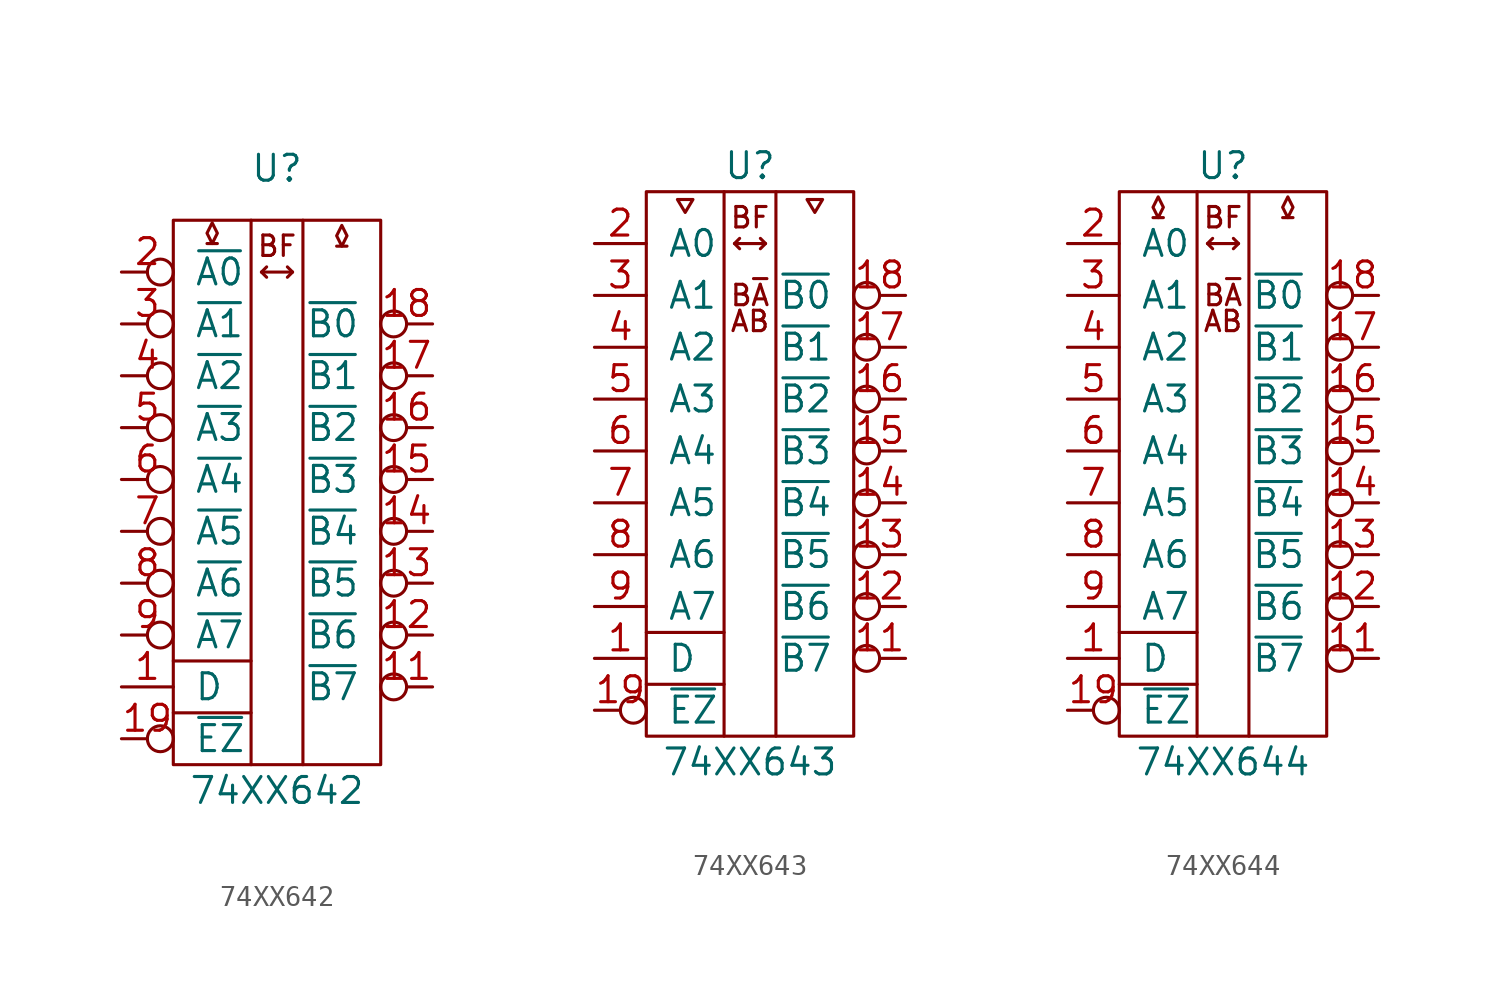
<source format=kicad_sym>
(kicad_symbol_lib
  (version 20211014)
  (generator kicad_symbol_editor)
  (symbol "74XX642"
    (pin_names
      (offset 1.016))
    (property "Reference" "U"
      (at 0 16.51 0)
      (effects (font (size 1.27 1.27))))
    (property "Value" "74XX642"
      (at 0 -13.97 0)
      (effects (font (size 1.27 1.27))))
    (symbol "74XX642_0_1"
      (polyline (pts (xy -5.08 -7.62) (xy -1.27 -7.62)) (stroke (width 0) (type default) (color 0 0 0 0)) (fill (type none)))
      (polyline (pts (xy -3.429 12.827) (xy -2.921 12.827)) (stroke (width 0) (type default) (color 0 0 0 0)) (fill (type none)))
      (polyline (pts (xy -1.27 13.97) (xy -1.27 -12.7)) (stroke (width 0) (type default) (color 0 0 0 0)) (fill (type none)))
      (polyline (pts (xy -0.762 11.43) (xy 0.762 11.43)) (stroke (width 0) (type default) (color 0 0 0 0)) (fill (type none)))
      (polyline (pts (xy 1.27 -12.7) (xy 1.27 13.97)) (stroke (width 0) (type default) (color 0 0 0 0)) (fill (type none)))
      (polyline (pts (xy 2.921 12.7) (xy 3.429 12.7)) (stroke (width 0) (type default) (color 0 0 0 0)) (fill (type none)))
      (polyline (pts (xy -0.508 11.684) (xy -0.762 11.43) (xy -0.508 11.176)) (stroke (width 0) (type default) (color 0 0 0 0)) (fill (type none)))
      (polyline (pts (xy 0.508 11.684) (xy 0.762 11.43) (xy 0.508 11.176)) (stroke (width 0) (type default) (color 0 0 0 0)) (fill (type none)))
      (polyline (pts (xy -3.175 13.843) (xy -3.429 13.335) (xy -3.175 12.827) (xy -2.921 13.335) (xy -3.175 13.843)) (stroke (width 0) (type default) (color 0 0 0 0)) (fill (type none)))
      (polyline (pts (xy 3.175 13.716) (xy 2.921 13.208) (xy 3.175 12.7) (xy 3.429 13.208) (xy 3.175 13.716)) (stroke (width 0) (type default) (color 0 0 0 0)) (fill (type none)))
      (pin power_in line (at 5.08 -12.7 180) (length 0) hide (name "GND" (effects (font (size 1.27 1.27)))) (number "10" (effects (font (size 1.27 1.27)))))
      (pin power_in line (at 5.08 13.97 180) (length 0) hide (name "VCC" (effects (font (size 1.27 1.27)))) (number "20" (effects (font (size 1.27 1.27))))))
    (symbol "74XX642_1_1"
      (rectangle (start -5.08 13.97) (end 5.08 -12.7) (stroke (width 0) (type default) (color 0 0 0 0)) (fill (type none)))
      (polyline (pts (xy -5.08 -10.16) (xy -1.27 -10.16)) (stroke (width 0) (type default) (color 0 0 0 0)) (fill (type none)))
      (text "BF" (at 0 12.7 0) (effects (font (size 1 1))))
      (pin input line (at -7.62 -8.89 0) (length 2.54) (name "D" (effects (font (size 1.27 1.27)))) (number "1" (effects (font (size 1.27 1.27)))))
      (pin open_collector inverted (at 7.62 -8.89 180) (length 2.54) (name "~{B7}" (effects (font (size 1.27 1.27)))) (number "11" (effects (font (size 1.27 1.27)))))
      (pin open_collector inverted (at 7.62 -6.35 180) (length 2.54) (name "~{B6}" (effects (font (size 1.27 1.27)))) (number "12" (effects (font (size 1.27 1.27)))))
      (pin open_collector inverted (at 7.62 -3.81 180) (length 2.54) (name "~{B5}" (effects (font (size 1.27 1.27)))) (number "13" (effects (font (size 1.27 1.27)))))
      (pin open_collector inverted (at 7.62 -1.27 180) (length 2.54) (name "~{B4}" (effects (font (size 1.27 1.27)))) (number "14" (effects (font (size 1.27 1.27)))))
      (pin open_collector inverted (at 7.62 1.27 180) (length 2.54) (name "~{B3}" (effects (font (size 1.27 1.27)))) (number "15" (effects (font (size 1.27 1.27)))))
      (pin open_collector inverted (at 7.62 3.81 180) (length 2.54) (name "~{B2}" (effects (font (size 1.27 1.27)))) (number "16" (effects (font (size 1.27 1.27)))))
      (pin open_collector inverted (at 7.62 6.35 180) (length 2.54) (name "~{B1}" (effects (font (size 1.27 1.27)))) (number "17" (effects (font (size 1.27 1.27)))))
      (pin open_collector inverted (at 7.62 8.89 180) (length 2.54) (name "~{B0}" (effects (font (size 1.27 1.27)))) (number "18" (effects (font (size 1.27 1.27)))))
      (pin input inverted (at -7.62 -11.43 0) (length 2.54) (name "~{EZ}" (effects (font (size 1.27 1.27)))) (number "19" (effects (font (size 1.27 1.27)))))
      (pin open_collector inverted (at -7.62 11.43 0) (length 2.54) (name "~{A0}" (effects (font (size 1.27 1.27)))) (number "2" (effects (font (size 1.27 1.27)))))
      (pin open_collector inverted (at -7.62 8.89 0) (length 2.54) (name "~{A1}" (effects (font (size 1.27 1.27)))) (number "3" (effects (font (size 1.27 1.27)))))
      (pin open_collector inverted (at -7.62 6.35 0) (length 2.54) (name "~{A2}" (effects (font (size 1.27 1.27)))) (number "4" (effects (font (size 1.27 1.27)))))
      (pin open_collector inverted (at -7.62 3.81 0) (length 2.54) (name "~{A3}" (effects (font (size 1.27 1.27)))) (number "5" (effects (font (size 1.27 1.27)))))
      (pin open_collector inverted (at -7.62 1.27 0) (length 2.54) (name "~{A4}" (effects (font (size 1.27 1.27)))) (number "6" (effects (font (size 1.27 1.27)))))
      (pin open_collector inverted (at -7.62 -1.27 0) (length 2.54) (name "~{A5}" (effects (font (size 1.27 1.27)))) (number "7" (effects (font (size 1.27 1.27)))))
      (pin open_collector inverted (at -7.62 -3.81 0) (length 2.54) (name "~{A6}" (effects (font (size 1.27 1.27)))) (number "8" (effects (font (size 1.27 1.27)))))
      (pin open_collector inverted (at -7.62 -6.35 0) (length 2.54) (name "~{A7}" (effects (font (size 1.27 1.27)))) (number "9" (effects (font (size 1.27 1.27)))))))
  (symbol "74XX643"
    (pin_names
      (offset 1.016))
    (property "Reference" "U"
      (at 0 15.24 0)
      (effects (font (size 1.27 1.27))))
    (property "Value" "74XX643"
      (at 0 -13.97 0)
      (effects (font (size 1.27 1.27))))
    (symbol "74XX643_0_0"
      (text "AB" (at 0 7.62 0) (effects (font (size 1 1))))
      (text "B~{A}" (at 0 8.89 0) (effects (font (size 1 1)))))
    (symbol "74XX643_0_1"
      (polyline (pts (xy -5.08 -7.62) (xy -1.27 -7.62)) (stroke (width 0) (type default) (color 0 0 0 0)) (fill (type none)))
      (polyline (pts (xy -1.27 -10.16) (xy -5.08 -10.16)) (stroke (width 0) (type default) (color 0 0 0 0)) (fill (type none)))
      (polyline (pts (xy -1.27 13.97) (xy -1.27 -12.7)) (stroke (width 0) (type default) (color 0 0 0 0)) (fill (type none)))
      (polyline (pts (xy -0.762 11.43) (xy 0.762 11.43)) (stroke (width 0) (type default) (color 0 0 0 0)) (fill (type none)))
      (polyline (pts (xy 1.27 -12.7) (xy 1.27 13.97)) (stroke (width 0) (type default) (color 0 0 0 0)) (fill (type none)))
      (polyline (pts (xy -0.508 11.684) (xy -0.762 11.43) (xy -0.508 11.176)) (stroke (width 0) (type default) (color 0 0 0 0)) (fill (type none)))
      (polyline (pts (xy 0.508 11.684) (xy 0.762 11.43) (xy 0.508 11.176)) (stroke (width 0) (type default) (color 0 0 0 0)) (fill (type none)))
      (polyline (pts (xy -3.175 12.954) (xy -3.556 13.589) (xy -2.794 13.589) (xy -3.175 12.954)) (stroke (width 0) (type default) (color 0 0 0 0)) (fill (type none)))
      (polyline (pts (xy 3.175 12.954) (xy 2.794 13.589) (xy 3.556 13.589) (xy 3.175 12.954)) (stroke (width 0) (type default) (color 0 0 0 0)) (fill (type none)))
      (pin power_in line (at 5.08 -12.7 180) (length 0) hide (name "GND" (effects (font (size 1.27 1.27)))) (number "10" (effects (font (size 1.27 1.27)))))
      (pin power_in line (at 5.08 13.97 180) (length 0) hide (name "VCC" (effects (font (size 1.27 1.27)))) (number "20" (effects (font (size 1.27 1.27))))))
    (symbol "74XX643_1_1"
      (rectangle (start -5.08 13.97) (end 5.08 -12.7) (stroke (width 0) (type default) (color 0 0 0 0)) (fill (type none)))
      (text "BF" (at 0 12.7 0) (effects (font (size 1 1))))
      (pin input line (at -7.62 -8.89 0) (length 2.54) (name "D" (effects (font (size 1.27 1.27)))) (number "1" (effects (font (size 1.27 1.27)))))
      (pin tri_state inverted (at 7.62 -8.89 180) (length 2.54) (name "~{B7}" (effects (font (size 1.27 1.27)))) (number "11" (effects (font (size 1.27 1.27)))))
      (pin tri_state inverted (at 7.62 -6.35 180) (length 2.54) (name "~{B6}" (effects (font (size 1.27 1.27)))) (number "12" (effects (font (size 1.27 1.27)))))
      (pin tri_state inverted (at 7.62 -3.81 180) (length 2.54) (name "~{B5}" (effects (font (size 1.27 1.27)))) (number "13" (effects (font (size 1.27 1.27)))))
      (pin tri_state inverted (at 7.62 -1.27 180) (length 2.54) (name "~{B4}" (effects (font (size 1.27 1.27)))) (number "14" (effects (font (size 1.27 1.27)))))
      (pin tri_state inverted (at 7.62 1.27 180) (length 2.54) (name "~{B3}" (effects (font (size 1.27 1.27)))) (number "15" (effects (font (size 1.27 1.27)))))
      (pin tri_state inverted (at 7.62 3.81 180) (length 2.54) (name "~{B2}" (effects (font (size 1.27 1.27)))) (number "16" (effects (font (size 1.27 1.27)))))
      (pin tri_state inverted (at 7.62 6.35 180) (length 2.54) (name "~{B1}" (effects (font (size 1.27 1.27)))) (number "17" (effects (font (size 1.27 1.27)))))
      (pin tri_state inverted (at 7.62 8.89 180) (length 2.54) (name "~{B0}" (effects (font (size 1.27 1.27)))) (number "18" (effects (font (size 1.27 1.27)))))
      (pin input inverted (at -7.62 -11.43 0) (length 2.54) (name "~{EZ}" (effects (font (size 1.27 1.27)))) (number "19" (effects (font (size 1.27 1.27)))))
      (pin tri_state line (at -7.62 11.43 0) (length 2.54) (name "A0" (effects (font (size 1.27 1.27)))) (number "2" (effects (font (size 1.27 1.27)))))
      (pin tri_state line (at -7.62 8.89 0) (length 2.54) (name "A1" (effects (font (size 1.27 1.27)))) (number "3" (effects (font (size 1.27 1.27)))))
      (pin tri_state line (at -7.62 6.35 0) (length 2.54) (name "A2" (effects (font (size 1.27 1.27)))) (number "4" (effects (font (size 1.27 1.27)))))
      (pin tri_state line (at -7.62 3.81 0) (length 2.54) (name "A3" (effects (font (size 1.27 1.27)))) (number "5" (effects (font (size 1.27 1.27)))))
      (pin tri_state line (at -7.62 1.27 0) (length 2.54) (name "A4" (effects (font (size 1.27 1.27)))) (number "6" (effects (font (size 1.27 1.27)))))
      (pin tri_state line (at -7.62 -1.27 0) (length 2.54) (name "A5" (effects (font (size 1.27 1.27)))) (number "7" (effects (font (size 1.27 1.27)))))
      (pin tri_state line (at -7.62 -3.81 0) (length 2.54) (name "A6" (effects (font (size 1.27 1.27)))) (number "8" (effects (font (size 1.27 1.27)))))
      (pin tri_state line (at -7.62 -6.35 0) (length 2.54) (name "A7" (effects (font (size 1.27 1.27)))) (number "9" (effects (font (size 1.27 1.27)))))))
  (symbol "74XX644"
    (pin_names
      (offset 1.016))
    (property "Reference" "U"
      (at 0 15.24 0)
      (effects (font (size 1.27 1.27))))
    (property "Value" "74XX644"
      (at 0 -13.97 0)
      (effects (font (size 1.27 1.27))))
    (symbol "74XX644_0_0"
      (text "AB" (at 0 7.62 0) (effects (font (size 1 1))))
      (text "B~{A}" (at 0 8.89 0) (effects (font (size 1 1)))))
    (symbol "74XX644_0_1"
      (polyline (pts (xy -5.08 -10.16) (xy -1.27 -10.16)) (stroke (width 0) (type default) (color 0 0 0 0)) (fill (type none)))
      (polyline (pts (xy -5.08 -7.62) (xy -1.27 -7.62)) (stroke (width 0) (type default) (color 0 0 0 0)) (fill (type none)))
      (polyline (pts (xy -1.27 13.97) (xy -1.27 -12.7)) (stroke (width 0) (type default) (color 0 0 0 0)) (fill (type none)))
      (polyline (pts (xy -0.762 11.43) (xy 0.762 11.43)) (stroke (width 0) (type default) (color 0 0 0 0)) (fill (type none)))
      (polyline (pts (xy 1.27 -12.7) (xy 1.27 13.97)) (stroke (width 0) (type default) (color 0 0 0 0)) (fill (type none)))
      (polyline (pts (xy -0.508 11.684) (xy -0.762 11.43) (xy -0.508 11.176)) (stroke (width 0) (type default) (color 0 0 0 0)) (fill (type none)))
      (polyline (pts (xy 0.508 11.684) (xy 0.762 11.43) (xy 0.508 11.176)) (stroke (width 0) (type default) (color 0 0 0 0)) (fill (type none)))
      (pin power_in line (at 5.08 -12.7 180) (length 0) hide (name "GND" (effects (font (size 1.27 1.27)))) (number "10" (effects (font (size 1.27 1.27)))))
      (pin power_in line (at 5.08 13.97 180) (length 0) hide (name "VCC" (effects (font (size 1.27 1.27)))) (number "20" (effects (font (size 1.27 1.27))))))
    (symbol "74XX644_1_1"
      (rectangle (start -5.08 13.97) (end 5.08 -12.7) (stroke (width 0) (type default) (color 0 0 0 0)) (fill (type none)))
      (polyline (pts (xy -3.429 12.7) (xy -2.921 12.7)) (stroke (width 0) (type default) (color 0 0 0 0)) (fill (type none)))
      (polyline (pts (xy 2.921 12.7) (xy 3.429 12.7)) (stroke (width 0) (type default) (color 0 0 0 0)) (fill (type none)))
      (polyline (pts (xy -3.175 13.716) (xy -3.429 13.208) (xy -3.175 12.7) (xy -2.921 13.208) (xy -3.175 13.716)) (stroke (width 0) (type default) (color 0 0 0 0)) (fill (type none)))
      (polyline (pts (xy 3.175 13.716) (xy 2.921 13.208) (xy 3.175 12.7) (xy 3.429 13.208) (xy 3.175 13.716)) (stroke (width 0) (type default) (color 0 0 0 0)) (fill (type none)))
      (text "BF" (at 0 12.7 0) (effects (font (size 1 1))))
      (pin input line (at -7.62 -8.89 0) (length 2.54) (name "D" (effects (font (size 1.27 1.27)))) (number "1" (effects (font (size 1.27 1.27)))))
      (pin open_collector inverted (at 7.62 -8.89 180) (length 2.54) (name "~{B7}" (effects (font (size 1.27 1.27)))) (number "11" (effects (font (size 1.27 1.27)))))
      (pin open_collector inverted (at 7.62 -6.35 180) (length 2.54) (name "~{B6}" (effects (font (size 1.27 1.27)))) (number "12" (effects (font (size 1.27 1.27)))))
      (pin open_collector inverted (at 7.62 -3.81 180) (length 2.54) (name "~{B5}" (effects (font (size 1.27 1.27)))) (number "13" (effects (font (size 1.27 1.27)))))
      (pin open_collector inverted (at 7.62 -1.27 180) (length 2.54) (name "~{B4}" (effects (font (size 1.27 1.27)))) (number "14" (effects (font (size 1.27 1.27)))))
      (pin open_collector inverted (at 7.62 1.27 180) (length 2.54) (name "~{B3}" (effects (font (size 1.27 1.27)))) (number "15" (effects (font (size 1.27 1.27)))))
      (pin open_collector inverted (at 7.62 3.81 180) (length 2.54) (name "~{B2}" (effects (font (size 1.27 1.27)))) (number "16" (effects (font (size 1.27 1.27)))))
      (pin open_collector inverted (at 7.62 6.35 180) (length 2.54) (name "~{B1}" (effects (font (size 1.27 1.27)))) (number "17" (effects (font (size 1.27 1.27)))))
      (pin open_collector inverted (at 7.62 8.89 180) (length 2.54) (name "~{B0}" (effects (font (size 1.27 1.27)))) (number "18" (effects (font (size 1.27 1.27)))))
      (pin input inverted (at -7.62 -11.43 0) (length 2.54) (name "~{EZ}" (effects (font (size 1.27 1.27)))) (number "19" (effects (font (size 1.27 1.27)))))
      (pin open_collector line (at -7.62 11.43 0) (length 2.54) (name "A0" (effects (font (size 1.27 1.27)))) (number "2" (effects (font (size 1.27 1.27)))))
      (pin open_collector line (at -7.62 8.89 0) (length 2.54) (name "A1" (effects (font (size 1.27 1.27)))) (number "3" (effects (font (size 1.27 1.27)))))
      (pin open_collector line (at -7.62 6.35 0) (length 2.54) (name "A2" (effects (font (size 1.27 1.27)))) (number "4" (effects (font (size 1.27 1.27)))))
      (pin open_collector line (at -7.62 3.81 0) (length 2.54) (name "A3" (effects (font (size 1.27 1.27)))) (number "5" (effects (font (size 1.27 1.27)))))
      (pin open_collector line (at -7.62 1.27 0) (length 2.54) (name "A4" (effects (font (size 1.27 1.27)))) (number "6" (effects (font (size 1.27 1.27)))))
      (pin open_collector line (at -7.62 -1.27 0) (length 2.54) (name "A5" (effects (font (size 1.27 1.27)))) (number "7" (effects (font (size 1.27 1.27)))))
      (pin open_collector line (at -7.62 -3.81 0) (length 2.54) (name "A6" (effects (font (size 1.27 1.27)))) (number "8" (effects (font (size 1.27 1.27)))))
      (pin open_collector line (at -7.62 -6.35 0) (length 2.54) (name "A7" (effects (font (size 1.27 1.27)))) (number "9" (effects (font (size 1.27 1.27))))))))
</source>
